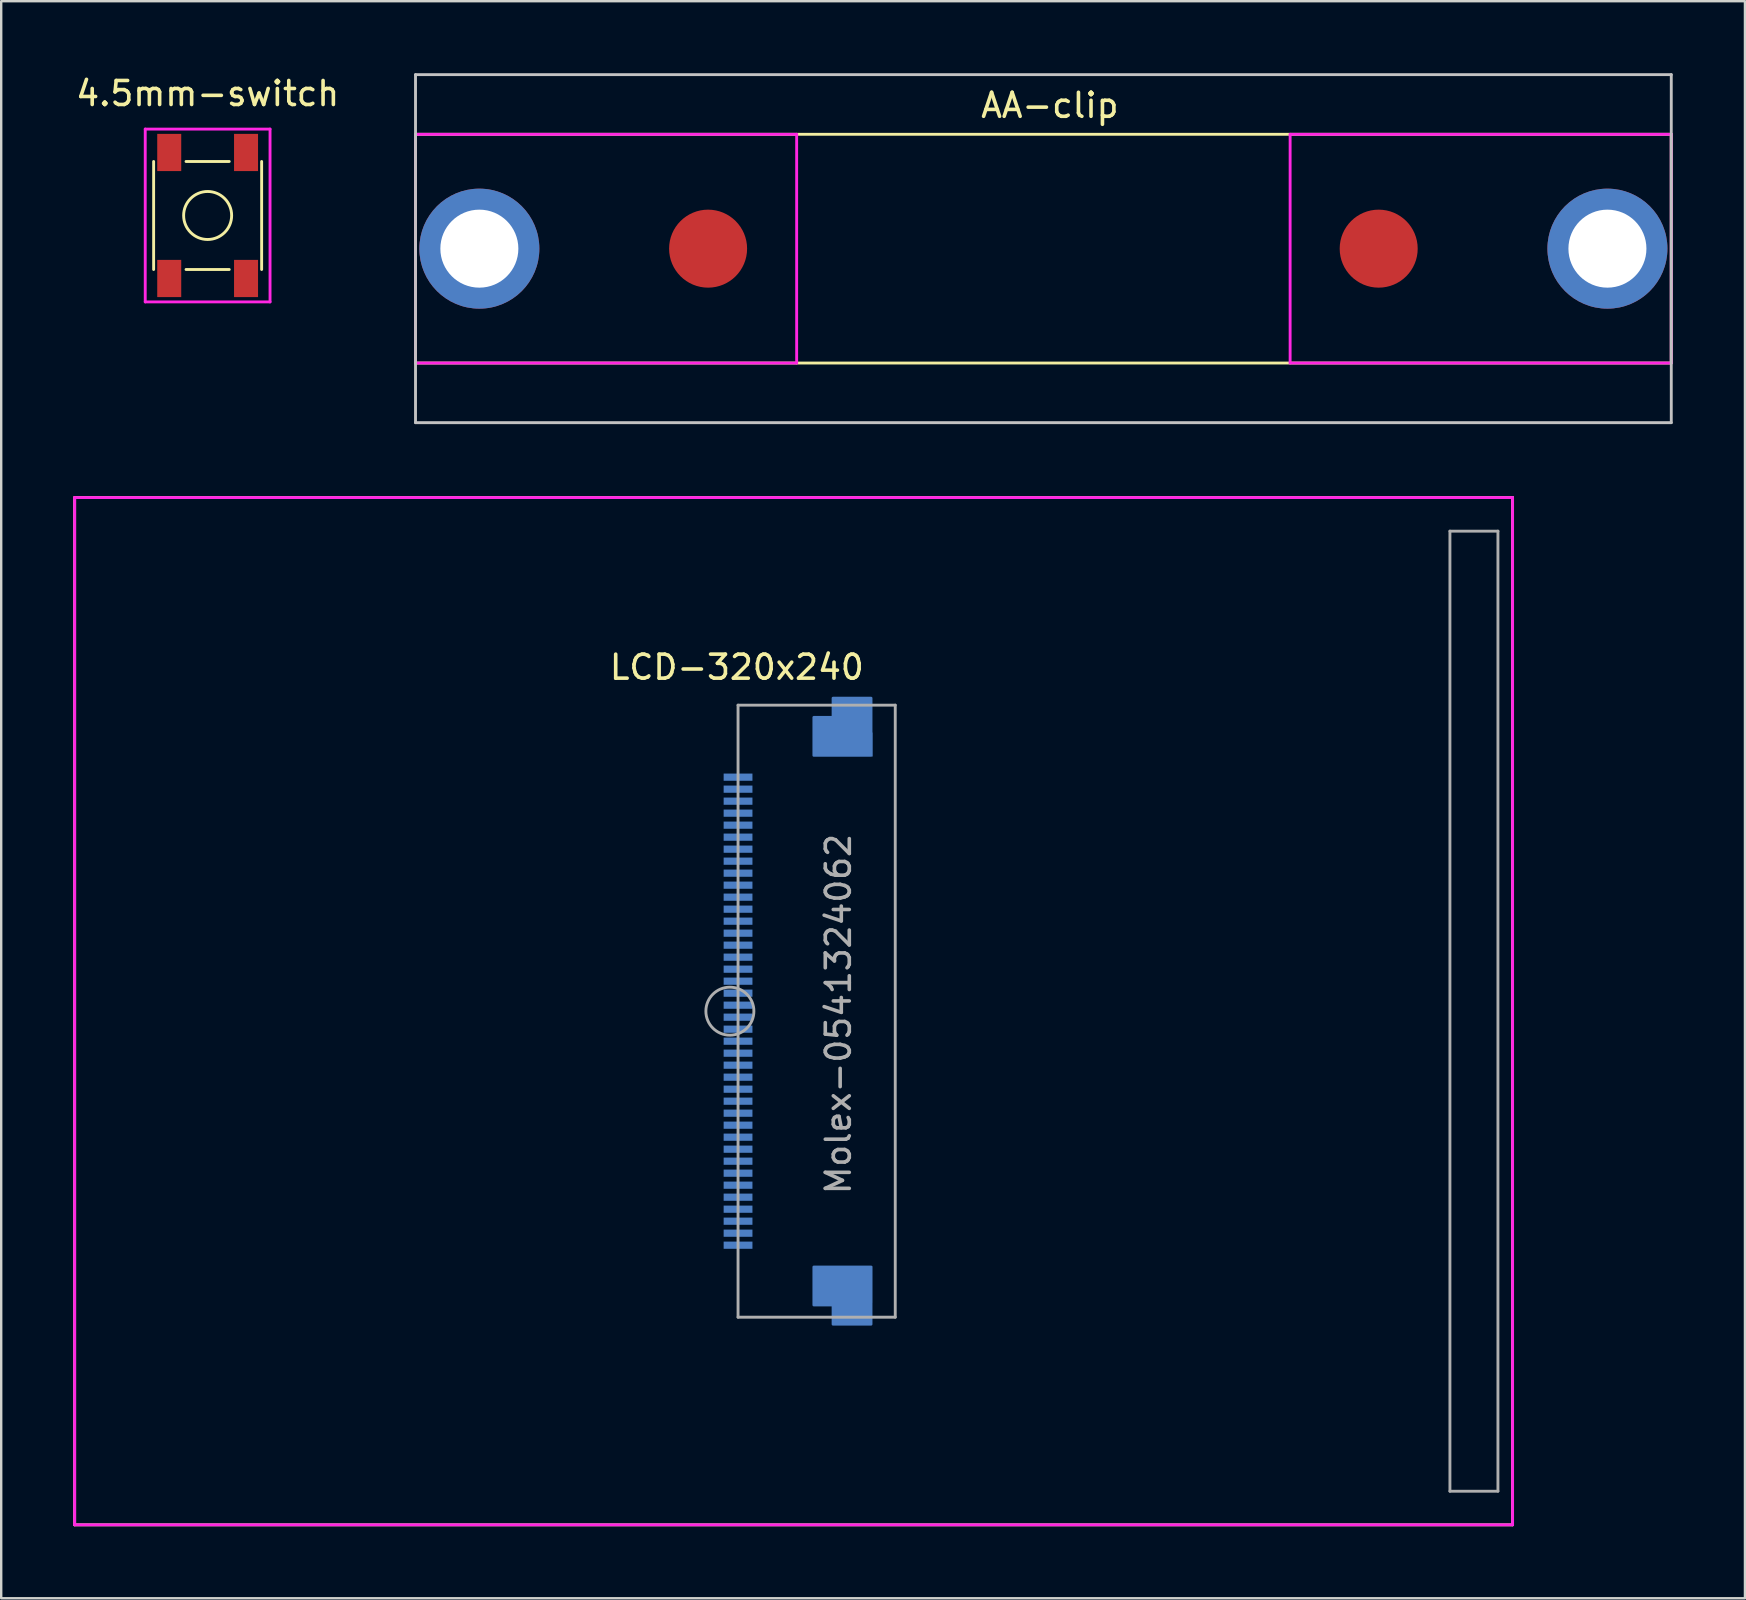
<source format=kicad_pcb>
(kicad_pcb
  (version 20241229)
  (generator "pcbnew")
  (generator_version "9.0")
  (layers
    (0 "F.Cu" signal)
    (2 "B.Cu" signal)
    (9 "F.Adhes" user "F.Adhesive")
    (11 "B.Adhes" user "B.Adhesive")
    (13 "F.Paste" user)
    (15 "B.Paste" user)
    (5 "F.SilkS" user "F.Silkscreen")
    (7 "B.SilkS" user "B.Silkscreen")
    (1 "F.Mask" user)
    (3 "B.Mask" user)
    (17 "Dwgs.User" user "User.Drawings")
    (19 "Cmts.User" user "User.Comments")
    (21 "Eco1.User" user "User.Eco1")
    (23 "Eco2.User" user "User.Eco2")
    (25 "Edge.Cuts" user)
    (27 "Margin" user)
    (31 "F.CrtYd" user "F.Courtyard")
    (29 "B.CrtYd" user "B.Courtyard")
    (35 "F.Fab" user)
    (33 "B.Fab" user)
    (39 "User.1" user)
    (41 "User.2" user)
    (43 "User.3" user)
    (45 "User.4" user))
  (footprint "4.5mm-switch"
    (layer "F.Cu")
    (at 5.601 5.928)
    (property "Reference" "4.5mm-switch" (at 0 -5.08 0) (layer "F.SilkS") (effects (font (size 1 1) (thickness 0.15))))
    (attr through_hole)
    (fp_line (start -2.25 -2.25) (end -2.25 2.25) (stroke (width 0.12) (type solid)) (layer "F.SilkS"))
    (fp_line (start -0.9 -2.25) (end 0.9 -2.25) (stroke (width 0.12) (type solid)) (layer "F.SilkS"))
    (fp_line (start -0.9 2.25) (end 0.9 2.25) (stroke (width 0.12) (type solid)) (layer "F.SilkS"))
    (fp_line (start 2.25 -2.25) (end 2.25 2.25) (stroke (width 0.12) (type solid)) (layer "F.SilkS"))
    (fp_circle (center 0 0) (end 1 0) (stroke (width 0.12) (type solid)) (fill no) (layer "F.SilkS"))
    (fp_line (start -2.6 -3.6) (end 2.6 -3.6) (stroke (width 0.12) (type solid)) (layer "F.CrtYd"))
    (fp_line (start -2.6 3.6) (end -2.6 -3.6) (stroke (width 0.12) (type solid)) (layer "F.CrtYd"))
    (fp_line (start -2.6 3.6) (end 2.6 3.6) (stroke (width 0.12) (type solid)) (layer "F.CrtYd"))
    (fp_line (start 2.6 -3.6) (end 2.6 3.6) (stroke (width 0.12) (type solid)) (layer "F.CrtYd"))
    (pad "1" smd rect (at -1.6 -2.625 90) (size 1.55 1) (layers "F.Cu" "F.Mask" "F.Paste"))
    (pad "1" smd rect (at -1.6 2.625 90) (size 1.55 1) (layers "F.Cu" "F.Mask" "F.Paste"))
    (pad "2" smd rect (at 1.6 -2.625 90) (size 1.55 1) (layers "F.Cu" "F.Mask" "F.Paste"))
    (pad "2" smd rect (at 1.6 2.625 90) (size 1.55 1) (layers "F.Cu" "F.Mask" "F.Paste")))
  (footprint "LCD-320x240"
    (layer "F.Cu")
    (at 27.36 39.08)
    (property "Reference" "LCD-320x240" (at 0.29 -14.33 0) (layer "F.SilkS") (effects (font (size 1 1) (thickness 0.15))))
    (attr through_hole)
    (fp_line (start -27.3 -21.4) (end -27.3 21.4) (stroke (width 0.12) (type solid)) (layer "F.SilkS"))
    (fp_line (start -27.3 -21.4) (end 32.61 -21.4) (stroke (width 0.12) (type solid)) (layer "F.SilkS"))
    (fp_line (start -27.3 21.4) (end 32.61 21.4) (stroke (width 0.12) (type solid)) (layer "F.SilkS"))
    (fp_line (start 32.61 21.4) (end 32.61 -21.4) (stroke (width 0.12) (type solid)) (layer "F.SilkS"))
    (fp_line (start -27.3 -21.4) (end -27.3 21.4) (stroke (width 0.12) (type solid)) (layer "F.CrtYd"))
    (fp_line (start -27.3 -21.4) (end 32.61 -21.4) (stroke (width 0.12) (type solid)) (layer "F.CrtYd"))
    (fp_line (start -27.3 21.4) (end 32.61 21.4) (stroke (width 0.12) (type solid)) (layer "F.CrtYd"))
    (fp_line (start 32.61 21.4) (end 32.61 -21.4) (stroke (width 0.12) (type solid)) (layer "F.CrtYd"))
    (fp_line (start 0.34 12.75) (end 0.34 -12.75) (stroke (width 0.12) (type solid)) (layer "F.Fab"))
    (fp_line (start 0.34 12.75) (end 6.89 12.75) (stroke (width 0.12) (type solid)) (layer "F.Fab"))
    (fp_line (start 6.89 -12.75) (end 0.34 -12.75) (stroke (width 0.12) (type solid)) (layer "F.Fab"))
    (fp_line (start 6.89 12.75) (end 6.89 -12.75) (stroke (width 0.12) (type solid)) (layer "F.Fab"))
    (fp_line (start 30 -20) (end 32 -20) (stroke (width 0.12) (type solid)) (layer "F.Fab"))
    (fp_line (start 30 20) (end 30 -20) (stroke (width 0.12) (type solid)) (layer "F.Fab"))
    (fp_line (start 30 20) (end 32 20) (stroke (width 0.12) (type solid)) (layer "F.Fab"))
    (fp_line (start 32 -20) (end 32 20) (stroke (width 0.12) (type solid)) (layer "F.Fab"))
    (fp_circle (center 0 0) (end 1 0) (stroke (width 0.12) (type solid)) (fill no) (layer "F.Fab"))
    (fp_text user "Molex-0541324062" (at 4.52 0.12 90) (layer "F.Fab") (effects (font (size 1 1) (thickness 0.15))))
    (pad "" smd custom (at 5.18 11.39 90) (size 1.524 1.524) (layers "B.Cu" "B.Mask" "B.Paste") (options (anchor rect)) (primitives (gr_poly (pts (xy 0.74 -1.69) (xy 0.74 0.71) (xy -1.66 0.71) (xy -1.66 -0.89) (xy -0.86 -0.89) (xy -0.86 -1.69)) (width 0.1) (fill yes))))
    (pad "" smd custom (at 5.45 -11.11 90) (size 1 1) (layers "B.Cu" "B.Mask" "B.Paste") (options (anchor rect)) (primitives (gr_poly (pts (xy -0.46 -1.96) (xy -0.46 0.44) (xy 1.94 0.44) (xy 1.94 -1.16) (xy 1.14 -1.16) (xy 1.14 -1.96)) (width 0.1) (fill yes))))
    (pad "1" smd rect (at 0.34 -9.75 90) (size 0.3 1.2) (layers "B.Cu" "B.Mask" "B.Paste"))
    (pad "2" smd rect (at 0.34 -9.25 90) (size 0.3 1.2) (layers "B.Cu" "B.Mask" "B.Paste"))
    (pad "3" smd rect (at 0.34 -8.75 90) (size 0.3 1.2) (layers "B.Cu" "B.Mask" "B.Paste"))
    (pad "4" smd rect (at 0.34 -8.25 90) (size 0.3 1.2) (layers "B.Cu" "B.Mask" "B.Paste"))
    (pad "5" smd rect (at 0.34 -7.75 90) (size 0.3 1.2) (layers "B.Cu" "B.Mask" "B.Paste"))
    (pad "6" smd rect (at 0.34 -7.25 90) (size 0.3 1.2) (layers "B.Cu" "B.Mask" "B.Paste"))
    (pad "7" smd rect (at 0.34 -6.75 90) (size 0.3 1.2) (layers "B.Cu" "B.Mask" "B.Paste"))
    (pad "8" smd rect (at 0.34 -6.25 90) (size 0.3 1.2) (layers "B.Cu" "B.Mask" "B.Paste"))
    (pad "9" smd rect (at 0.34 -5.75 90) (size 0.3 1.2) (layers "B.Cu" "B.Mask" "B.Paste"))
    (pad "10" smd rect (at 0.34 -5.25 90) (size 0.3 1.2) (layers "B.Cu" "B.Mask" "B.Paste"))
    (pad "11" smd rect (at 0.34 -4.75 90) (size 0.3 1.2) (layers "B.Cu" "B.Mask" "B.Paste"))
    (pad "12" smd rect (at 0.34 -4.25 90) (size 0.3 1.2) (layers "B.Cu" "B.Mask" "B.Paste"))
    (pad "13" smd rect (at 0.34 -3.75 90) (size 0.3 1.2) (layers "B.Cu" "B.Mask" "B.Paste"))
    (pad "14" smd rect (at 0.34 -3.25 90) (size 0.3 1.2) (layers "B.Cu" "B.Mask" "B.Paste"))
    (pad "15" smd rect (at 0.34 -2.75 90) (size 0.3 1.2) (layers "B.Cu" "B.Mask" "B.Paste"))
    (pad "16" smd rect (at 0.34 -2.25 90) (size 0.3 1.2) (layers "B.Cu" "B.Mask" "B.Paste"))
    (pad "17" smd rect (at 0.34 -1.75 90) (size 0.3 1.2) (layers "B.Cu" "B.Mask" "B.Paste"))
    (pad "18" smd rect (at 0.34 -1.25 90) (size 0.3 1.2) (layers "B.Cu" "B.Mask" "B.Paste"))
    (pad "19" smd rect (at 0.34 -0.75 90) (size 0.3 1.2) (layers "B.Cu" "B.Mask" "B.Paste"))
    (pad "20" smd rect (at 0.34 -0.25 90) (size 0.3 1.2) (layers "B.Cu" "B.Mask" "B.Paste"))
    (pad "21" smd rect (at 0.34 0.25 90) (size 0.3 1.2) (layers "B.Cu" "B.Mask" "B.Paste"))
    (pad "22" smd rect (at 0.34 0.75 90) (size 0.3 1.2) (layers "B.Cu" "B.Mask" "B.Paste"))
    (pad "23" smd rect (at 0.34 1.25 90) (size 0.3 1.2) (layers "B.Cu" "B.Mask" "B.Paste"))
    (pad "24" smd rect (at 0.34 1.75 90) (size 0.3 1.2) (layers "B.Cu" "B.Mask" "B.Paste"))
    (pad "25" smd rect (at 0.34 2.25 90) (size 0.3 1.2) (layers "B.Cu" "B.Mask" "B.Paste"))
    (pad "26" smd rect (at 0.34 2.75 90) (size 0.3 1.2) (layers "B.Cu" "B.Mask" "B.Paste"))
    (pad "27" smd rect (at 0.34 3.25 90) (size 0.3 1.2) (layers "B.Cu" "B.Mask" "B.Paste"))
    (pad "28" smd rect (at 0.34 3.75 90) (size 0.3 1.2) (layers "B.Cu" "B.Mask" "B.Paste"))
    (pad "29" smd rect (at 0.34 4.25 90) (size 0.3 1.2) (layers "B.Cu" "B.Mask" "B.Paste"))
    (pad "30" smd rect (at 0.34 4.75 90) (size 0.3 1.2) (layers "B.Cu" "B.Mask" "B.Paste"))
    (pad "31" smd rect (at 0.34 5.25 90) (size 0.3 1.2) (layers "B.Cu" "B.Mask" "B.Paste"))
    (pad "32" smd rect (at 0.34 5.75 90) (size 0.3 1.2) (layers "B.Cu" "B.Mask" "B.Paste"))
    (pad "33" smd rect (at 0.34 6.25 90) (size 0.3 1.2) (layers "B.Cu" "B.Mask" "B.Paste"))
    (pad "34" smd rect (at 0.34 6.75 90) (size 0.3 1.2) (layers "B.Cu" "B.Mask" "B.Paste"))
    (pad "35" smd rect (at 0.34 7.25 90) (size 0.3 1.2) (layers "B.Cu" "B.Mask" "B.Paste"))
    (pad "36" smd rect (at 0.34 7.75 90) (size 0.3 1.2) (layers "B.Cu" "B.Mask" "B.Paste"))
    (pad "37" smd rect (at 0.34 8.25 90) (size 0.3 1.2) (layers "B.Cu" "B.Mask" "B.Paste"))
    (pad "38" smd rect (at 0.34 8.75 90) (size 0.3 1.2) (layers "B.Cu" "B.Mask" "B.Paste"))
    (pad "39" smd rect (at 0.34 9.25 90) (size 0.3 1.2) (layers "B.Cu" "B.Mask" "B.Paste"))
    (pad "40" smd rect (at 0.34 9.75 90) (size 0.3 1.2) (layers "B.Cu" "B.Mask" "B.Paste")))
  (footprint "AA-clip"
    (layer "F.Cu")
    (at 40.422 7.31)
    (property "Reference" "AA-clip" (at 0.27 -5.97 0) (layer "F.SilkS") (effects (font (size 1 1) (thickness 0.15))))
    (attr through_hole)
    (fp_line (start -26.16 -4.765) (end -26.16 4.765) (stroke (width 0.12) (type solid)) (layer "F.SilkS"))
    (fp_line (start -26.16 -4.765) (end 26.16 -4.765) (stroke (width 0.12) (type solid)) (layer "F.SilkS"))
    (fp_line (start 26.16 -4.765) (end 26.16 4.765) (stroke (width 0.12) (type solid)) (layer "F.SilkS"))
    (fp_line (start 26.16 4.765) (end -26.16 4.765) (stroke (width 0.12) (type solid)) (layer "F.SilkS"))
    (fp_line (start -26.16 -7.25) (end -26.16 7.25) (stroke (width 0.12) (type solid)) (layer "Dwgs.User"))
    (fp_line (start -26.16 -7.25) (end 26.16 -7.25) (stroke (width 0.12) (type solid)) (layer "Dwgs.User"))
    (fp_line (start -26.16 7.25) (end 26.16 7.25) (stroke (width 0.12) (type solid)) (layer "Dwgs.User"))
    (fp_line (start 26.16 -7.25) (end 26.16 7.25) (stroke (width 0.12) (type solid)) (layer "Dwgs.User"))
    (fp_line (start -26.16 -4.765) (end -26.16 4.765) (stroke (width 0.12) (type solid)) (layer "F.CrtYd"))
    (fp_line (start -26.15 4.765) (end -10.28 4.765) (stroke (width 0.12) (type solid)) (layer "F.CrtYd"))
    (fp_line (start -10.28 -4.765) (end -26.16 -4.765) (stroke (width 0.12) (type solid)) (layer "F.CrtYd"))
    (fp_line (start -10.28 -4.765) (end -10.28 4.765) (stroke (width 0.12) (type solid)) (layer "F.CrtYd"))
    (fp_line (start 10.28 -4.765) (end 10.28 4.765) (stroke (width 0.12) (type solid)) (layer "F.CrtYd"))
    (fp_line (start 10.28 -4.765) (end 26.17 -4.765) (stroke (width 0.12) (type solid)) (layer "F.CrtYd"))
    (fp_line (start 26.16 -4.76) (end 26.16 4.76) (stroke (width 0.12) (type solid)) (layer "F.CrtYd"))
    (fp_line (start 26.16 4.765) (end 10.28 4.765) (stroke (width 0.12) (type solid)) (layer "F.CrtYd"))
    (pad "" thru_hole circle (at -23.5 0) (size 5 5) (drill 3.25) (layers "*.Cu" "*.Mask"))
    (pad "" thru_hole circle (at 23.5 0) (size 5 5) (drill 3.25) (layers "*.Cu" "*.Mask"))
    (pad "1" smd circle (at 13.97 0) (size 3.25 3.25) (layers "F.Cu" "F.Mask" "F.Paste"))
    (pad "2" smd circle (at -13.97 0) (size 3.25 3.25) (layers "F.Cu" "F.Mask" "F.Paste")))
  (gr_rect
    (start -3 -3)
    (end 69.652 63.54)
    (stroke (width 0.1) (type default))
    (fill no)
    (layer "Edge.Cuts")))
</source>
